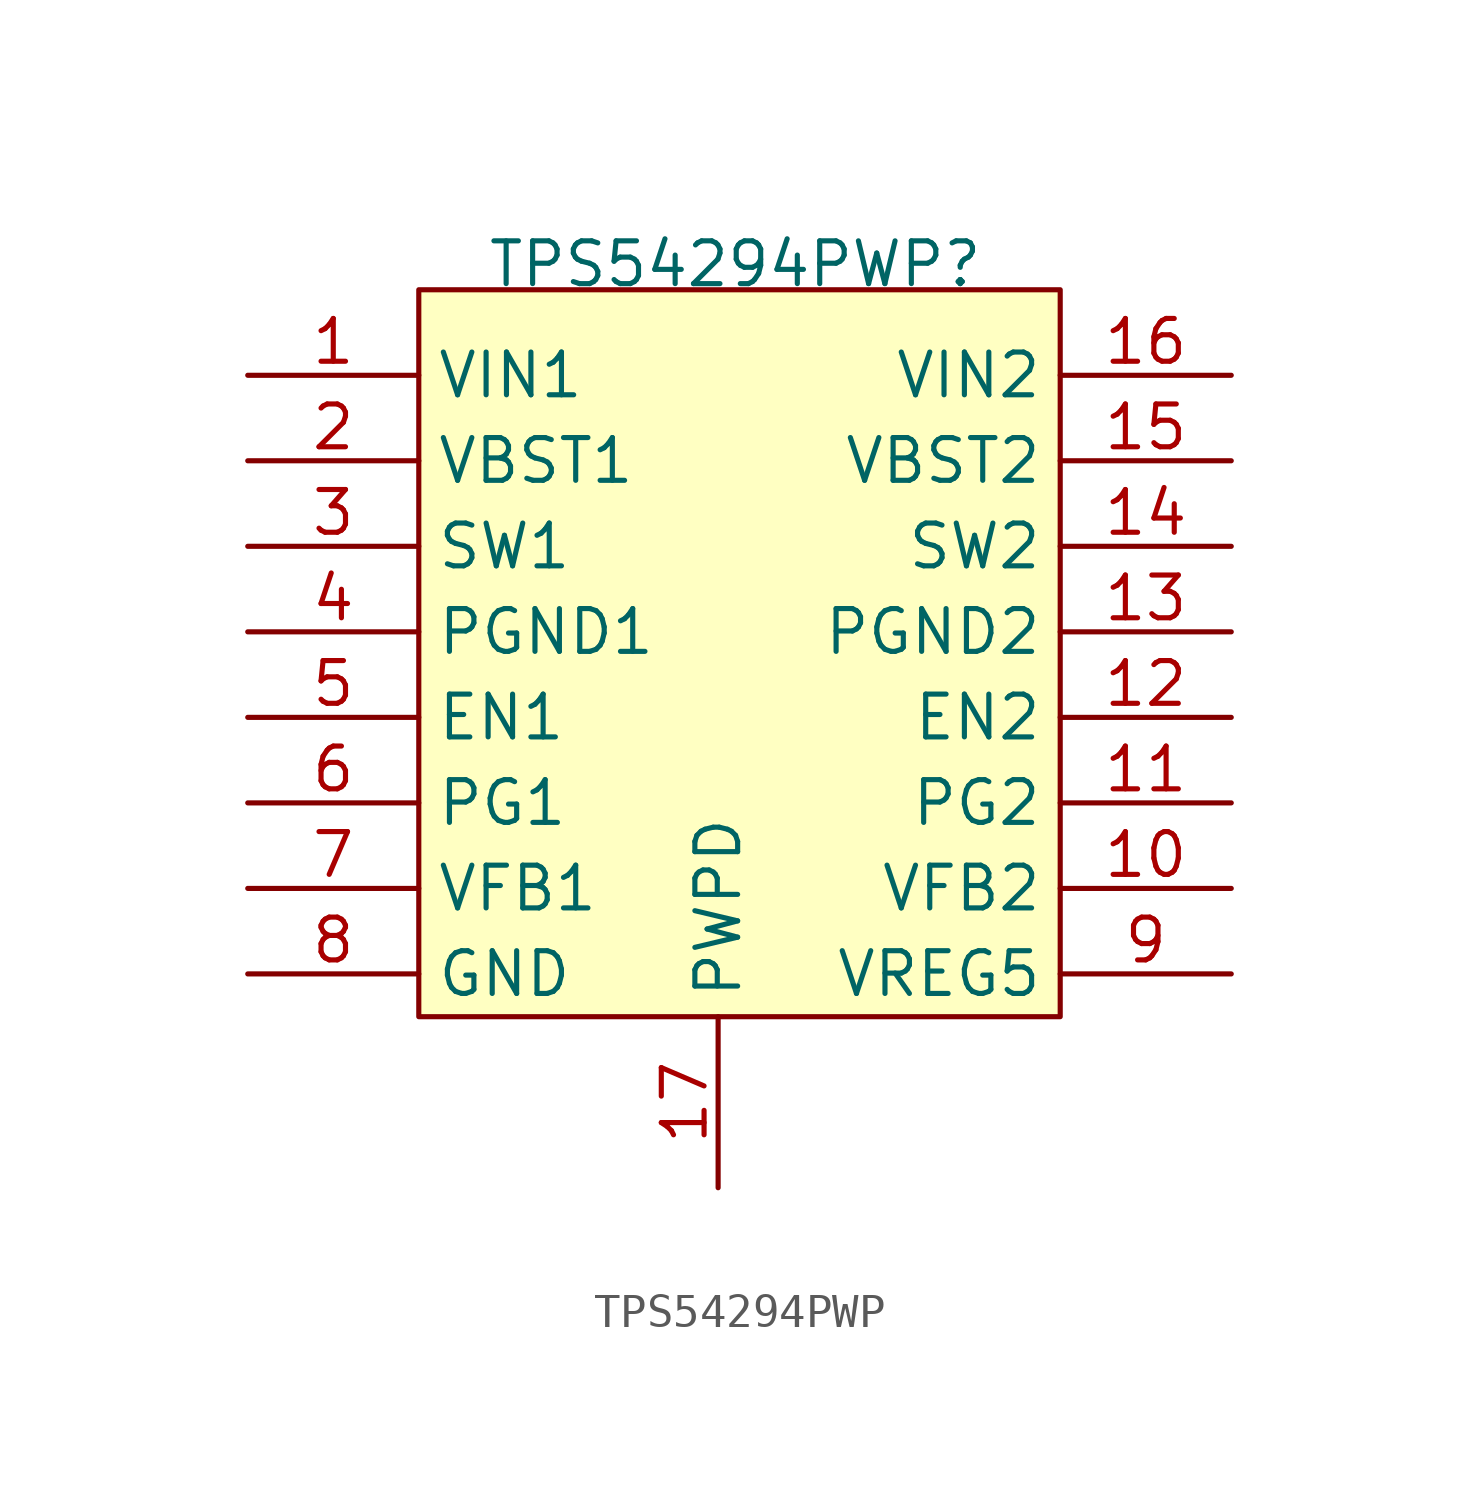
<source format=kicad_sym>
(kicad_symbol_lib
  (version 20241209)
  (generator "kicad_symbol_editor")
  (generator_version "9.0")
  (symbol "TPS54294PWP"
    (property "Reference" "TPS54294PWP"
      (at 9.398 0.762 0)
      (effects (font (size 1.27 1.27))))
    (property "Value" ""
      (at 0 0 0)
      (effects (font (size 1.27 1.27))))
    (symbol "TPS54294PWP_1_1"
      (rectangle (start 0 0) (end 19.05 -21.59) (stroke (width 0) (type solid)) (fill (type background)))
      (pin input line (at -5.08 -2.54 0) (length 5.08) (name "VIN1" (effects (font (size 1.27 1.27)))) (number "1" (effects (font (size 1.27 1.27)))))
      (pin input line (at -5.08 -5.08 0) (length 5.08) (name "VBST1" (effects (font (size 1.27 1.27)))) (number "2" (effects (font (size 1.27 1.27)))))
      (pin input line (at -5.08 -7.62 0) (length 5.08) (name "SW1" (effects (font (size 1.27 1.27)))) (number "3" (effects (font (size 1.27 1.27)))))
      (pin output line (at -5.08 -10.16 0) (length 5.08) (name "PGND1" (effects (font (size 1.27 1.27)))) (number "4" (effects (font (size 1.27 1.27)))))
      (pin input line (at -5.08 -12.7 0) (length 5.08) (name "EN1" (effects (font (size 1.27 1.27)))) (number "5" (effects (font (size 1.27 1.27)))))
      (pin input line (at -5.08 -15.24 0) (length 5.08) (name "PG1" (effects (font (size 1.27 1.27)))) (number "6" (effects (font (size 1.27 1.27)))))
      (pin input line (at -5.08 -17.78 0) (length 5.08) (name "VFB1" (effects (font (size 1.27 1.27)))) (number "7" (effects (font (size 1.27 1.27)))))
      (pin input line (at -5.08 -20.32 0) (length 5.08) (name "GND" (effects (font (size 1.27 1.27)))) (number "8" (effects (font (size 1.27 1.27)))))
      (pin free line (at 8.89 -26.67 90) (length 5.08) (name "PWPD" (effects (font (size 1.27 1.27)))) (number "17" (effects (font (size 1.27 1.27)))))
      (pin input line (at 24.13 -2.54 180) (length 5.08) (name "VIN2" (effects (font (size 1.27 1.27)))) (number "16" (effects (font (size 1.27 1.27)))))
      (pin input line (at 24.13 -5.08 180) (length 5.08) (name "VBST2" (effects (font (size 1.27 1.27)))) (number "15" (effects (font (size 1.27 1.27)))))
      (pin input line (at 24.13 -7.62 180) (length 5.08) (name "SW2" (effects (font (size 1.27 1.27)))) (number "14" (effects (font (size 1.27 1.27)))))
      (pin output line (at 24.13 -10.16 180) (length 5.08) (name "PGND2" (effects (font (size 1.27 1.27)))) (number "13" (effects (font (size 1.27 1.27)))))
      (pin input line (at 24.13 -12.7 180) (length 5.08) (name "EN2" (effects (font (size 1.27 1.27)))) (number "12" (effects (font (size 1.27 1.27)))))
      (pin output line (at 24.13 -15.24 180) (length 5.08) (name "PG2" (effects (font (size 1.27 1.27)))) (number "11" (effects (font (size 1.27 1.27)))))
      (pin input line (at 24.13 -17.78 180) (length 5.08) (name "VFB2" (effects (font (size 1.27 1.27)))) (number "10" (effects (font (size 1.27 1.27)))))
      (pin input line (at 24.13 -20.32 180) (length 5.08) (name "VREG5" (effects (font (size 1.27 1.27)))) (number "9" (effects (font (size 1.27 1.27))))))))
</source>
